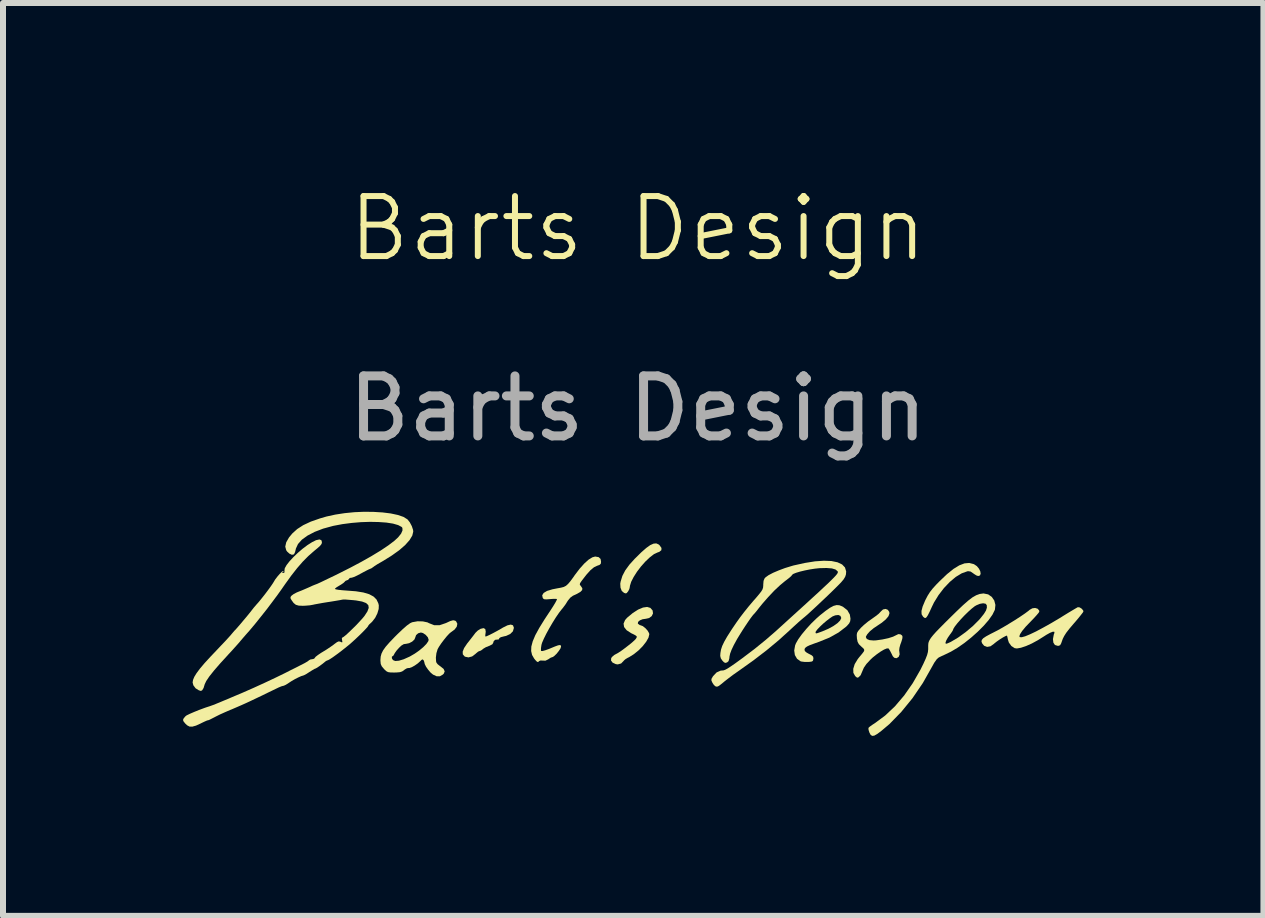
<source format=kicad_pcb>
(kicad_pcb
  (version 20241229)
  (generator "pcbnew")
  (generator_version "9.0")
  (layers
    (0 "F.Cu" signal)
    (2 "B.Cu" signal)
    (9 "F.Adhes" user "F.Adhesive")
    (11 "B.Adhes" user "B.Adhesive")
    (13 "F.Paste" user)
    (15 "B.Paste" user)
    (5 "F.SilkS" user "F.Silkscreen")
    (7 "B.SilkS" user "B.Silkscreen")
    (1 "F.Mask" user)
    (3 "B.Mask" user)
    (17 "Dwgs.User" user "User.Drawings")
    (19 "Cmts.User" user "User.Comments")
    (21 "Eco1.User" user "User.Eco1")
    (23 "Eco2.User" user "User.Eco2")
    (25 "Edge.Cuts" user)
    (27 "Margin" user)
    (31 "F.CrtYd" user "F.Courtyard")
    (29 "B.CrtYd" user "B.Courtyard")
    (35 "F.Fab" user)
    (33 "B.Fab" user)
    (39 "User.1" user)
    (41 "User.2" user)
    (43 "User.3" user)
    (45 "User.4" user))
  (footprint "Barts Design"
    (layer "F.Cu")
    (at 7.58 7.34)
    (property "Reference" "Barts Design" (at 0 -6.58 0) (unlocked yes) (layer "F.SilkS") (effects (font (size 1 1) (thickness 0.1))))
    (attr smd)
    (fp_poly (pts (xy 0.346 -1.317) (xy 0.362 -1.303) (xy 0.394 -1.258) (xy 0.392 -1.221) (xy 0.358 -1.193) (xy 0.329 -1.183) (xy 0.269 -1.155) (xy 0.2 -1.102) (xy 0.126 -1.032) (xy 0.053 -0.95) (xy -0.014 -0.862) (xy -0.07 -0.774) (xy -0.111 -0.694) (xy -0.132 -0.626) (xy -0.134 -0.607) (xy -0.142 -0.573) (xy -0.161 -0.536) (xy -0.184 -0.508) (xy -0.199 -0.5) (xy -0.224 -0.507) (xy -0.232 -0.511) (xy -0.268 -0.542) (xy -0.289 -0.596) (xy -0.293 -0.663) (xy -0.287 -0.697) (xy -0.258 -0.792) (xy -0.21 -0.884) (xy -0.141 -0.979) (xy -0.046 -1.084) (xy -0.044 -1.085) (xy 0.056 -1.184) (xy 0.139 -1.257) (xy 0.206 -1.305) (xy 0.262 -1.33) (xy 0.307 -1.334)) (stroke (width 0) (type solid)) (fill yes) (layer "F.SilkS"))
    (fp_poly (pts (xy 5.594 -0.99) (xy 5.604 -0.986) (xy 5.65 -0.955) (xy 5.685 -0.913) (xy 5.707 -0.869) (xy 5.713 -0.829) (xy 5.702 -0.8) (xy 5.672 -0.79) (xy 5.642 -0.8) (xy 5.601 -0.826) (xy 5.591 -0.834) (xy 5.545 -0.865) (xy 5.503 -0.871) (xy 5.489 -0.868) (xy 5.397 -0.835) (xy 5.298 -0.775) (xy 5.198 -0.691) (xy 5.101 -0.589) (xy 5.012 -0.473) (xy 4.935 -0.348) (xy 4.901 -0.278) (xy 4.862 -0.193) (xy 4.833 -0.136) (xy 4.811 -0.103) (xy 4.793 -0.09) (xy 4.776 -0.094) (xy 4.755 -0.111) (xy 4.752 -0.115) (xy 4.729 -0.153) (xy 4.727 -0.208) (xy 4.746 -0.281) (xy 4.786 -0.377) (xy 4.794 -0.394) (xy 4.83 -0.463) (xy 4.868 -0.523) (xy 4.913 -0.581) (xy 4.973 -0.647) (xy 5.03 -0.705) (xy 5.153 -0.822) (xy 5.261 -0.909) (xy 5.357 -0.968) (xy 5.444 -1.001) (xy 5.522 -1.008)) (stroke (width 0) (type solid)) (fill yes) (layer "F.SilkS"))
    (fp_poly (pts (xy -2.081 0.031) (xy -2.067 0.068) (xy -2.066 0.075) (xy -2.082 0.131) (xy -2.127 0.176) (xy -2.196 0.208) (xy -2.229 0.215) (xy -2.283 0.229) (xy -2.309 0.245) (xy -2.31 0.252) (xy -2.319 0.267) (xy -2.335 0.268) (xy -2.38 0.273) (xy -2.405 0.301) (xy -2.409 0.32) (xy -2.424 0.347) (xy -2.472 0.372) (xy -2.481 0.375) (xy -2.533 0.396) (xy -2.575 0.421) (xy -2.584 0.429) (xy -2.615 0.452) (xy -2.636 0.459) (xy -2.662 0.47) (xy -2.697 0.499) (xy -2.706 0.508) (xy -2.762 0.55) (xy -2.823 0.566) (xy -2.877 0.555) (xy -2.888 0.549) (xy -2.917 0.515) (xy -2.919 0.47) (xy -2.896 0.411) (xy -2.845 0.335) (xy -2.832 0.319) (xy -2.785 0.259) (xy -2.743 0.205) (xy -2.712 0.164) (xy -2.708 0.158) (xy -2.667 0.118) (xy -2.622 0.09) (xy -2.572 0.078) (xy -2.543 0.093) (xy -2.535 0.135) (xy -2.538 0.162) (xy -2.543 0.2) (xy -2.539 0.219) (xy -2.538 0.219) (xy -2.515 0.211) (xy -2.469 0.19) (xy -2.41 0.16) (xy -2.343 0.124) (xy -2.276 0.086) (xy -2.25 0.07) (xy -2.174 0.032) (xy -2.118 0.019)) (stroke (width 0) (type solid)) (fill yes) (layer "F.SilkS"))
    (fp_poly (pts (xy 0.209 -0.259) (xy 0.245 -0.218) (xy 0.246 -0.216) (xy 0.253 -0.167) (xy 0.231 -0.122) (xy 0.188 -0.09) (xy 0.135 -0.078) (xy 0.079 -0.07) (xy 0.033 -0.051) (xy 0.004 -0.026) (xy 0 0) (xy 0.004 0.007) (xy 0.033 0.028) (xy 0.047 0.031) (xy 0.083 0.045) (xy 0.125 0.078) (xy 0.163 0.12) (xy 0.187 0.162) (xy 0.191 0.181) (xy 0.177 0.238) (xy 0.139 0.305) (xy 0.082 0.378) (xy 0.012 0.449) (xy -0.066 0.512) (xy -0.147 0.563) (xy -0.163 0.57) (xy -0.204 0.594) (xy -0.23 0.616) (xy -0.231 0.618) (xy -0.278 0.667) (xy -0.335 0.683) (xy -0.368 0.678) (xy -0.421 0.653) (xy -0.447 0.618) (xy -0.444 0.578) (xy -0.43 0.558) (xy -0.393 0.526) (xy -0.364 0.51) (xy -0.329 0.491) (xy -0.277 0.457) (xy -0.216 0.412) (xy -0.154 0.364) (xy -0.097 0.318) (xy -0.054 0.279) (xy -0.031 0.254) (xy -0.031 0.253) (xy -0.019 0.232) (xy -0.018 0.217) (xy -0.031 0.204) (xy -0.064 0.185) (xy -0.112 0.162) (xy -0.187 0.113) (xy -0.229 0.06) (xy -0.238 0.003) (xy -0.213 -0.056) (xy -0.179 -0.095) (xy -0.084 -0.174) (xy 0.005 -0.231) (xy 0.086 -0.265) (xy 0.155 -0.275)) (stroke (width 0) (type solid)) (fill yes) (layer "F.SilkS"))
    (fp_poly (pts (xy 3.359 -0.303) (xy 3.406 -0.284) (xy 3.421 -0.276) (xy 3.492 -0.22) (xy 3.533 -0.148) (xy 3.544 -0.079) (xy 3.539 -0.037) (xy 3.522 -0.001) (xy 3.486 0.04) (xy 3.469 0.056) (xy 3.345 0.151) (xy 3.193 0.236) (xy 3.026 0.304) (xy 2.931 0.338) (xy 2.864 0.363) (xy 2.82 0.384) (xy 2.794 0.403) (xy 2.781 0.421) (xy 2.778 0.434) (xy 2.783 0.46) (xy 2.812 0.485) (xy 2.851 0.507) (xy 2.899 0.532) (xy 2.921 0.554) (xy 2.926 0.581) (xy 2.925 0.592) (xy 2.919 0.62) (xy 2.903 0.634) (xy 2.867 0.64) (xy 2.834 0.642) (xy 2.776 0.641) (xy 2.727 0.635) (xy 2.712 0.631) (xy 2.653 0.589) (xy 2.617 0.527) (xy 2.606 0.451) (xy 2.621 0.366) (xy 2.635 0.331) (xy 2.674 0.263) (xy 2.733 0.181) (xy 2.764 0.144) (xy 2.962 0.144) (xy 2.963 0.159) (xy 2.97 0.166) (xy 2.991 0.162) (xy 3.031 0.148) (xy 3.077 0.131) (xy 3.173 0.09) (xy 3.258 0.044) (xy 3.326 -0.004) (xy 3.371 -0.049) (xy 3.39 -0.089) (xy 3.39 -0.092) (xy 3.376 -0.126) (xy 3.341 -0.141) (xy 3.29 -0.135) (xy 3.245 -0.117) (xy 3.201 -0.087) (xy 3.146 -0.045) (xy 3.089 0.003) (xy 3.036 0.053) (xy 2.993 0.098) (xy 2.967 0.132) (xy 2.962 0.144) (xy 2.764 0.144) (xy 2.807 0.092) (xy 2.889 0.002) (xy 2.974 -0.081) (xy 3.035 -0.135) (xy 3.128 -0.209) (xy 3.202 -0.261) (xy 3.262 -0.293) (xy 3.313 -0.306)) (stroke (width 0) (type solid)) (fill yes) (layer "F.SilkS"))
    (fp_poly (pts (xy 4.166 -0.227) (xy 4.19 -0.192) (xy 4.193 -0.166) (xy 4.177 -0.121) (xy 4.133 -0.068) (xy 4.066 -0.012) (xy 4 0.032) (xy 3.93 0.079) (xy 3.869 0.129) (xy 3.825 0.178) (xy 3.802 0.217) (xy 3.8 0.228) (xy 3.816 0.259) (xy 3.86 0.278) (xy 3.927 0.284) (xy 3.97 0.282) (xy 4.076 0.267) (xy 4.174 0.246) (xy 4.253 0.221) (xy 4.302 0.197) (xy 4.341 0.178) (xy 4.374 0.181) (xy 4.384 0.186) (xy 4.404 0.201) (xy 4.411 0.222) (xy 4.407 0.256) (xy 4.39 0.311) (xy 4.374 0.354) (xy 4.36 0.406) (xy 4.355 0.45) (xy 4.357 0.462) (xy 4.363 0.516) (xy 4.347 0.557) (xy 4.314 0.578) (xy 4.304 0.579) (xy 4.273 0.572) (xy 4.249 0.547) (xy 4.227 0.502) (xy 4.203 0.455) (xy 4.183 0.423) (xy 4.176 0.416) (xy 4.148 0.417) (xy 4.102 0.436) (xy 4.043 0.471) (xy 3.978 0.517) (xy 3.913 0.569) (xy 3.876 0.604) (xy 3.81 0.675) (xy 3.767 0.737) (xy 3.742 0.795) (xy 3.713 0.863) (xy 3.678 0.898) (xy 3.655 0.904) (xy 3.64 0.893) (xy 3.622 0.877) (xy 3.592 0.824) (xy 3.59 0.756) (xy 3.614 0.678) (xy 3.665 0.594) (xy 3.691 0.561) (xy 3.738 0.505) (xy 3.766 0.468) (xy 3.774 0.444) (xy 3.766 0.424) (xy 3.741 0.4) (xy 3.724 0.385) (xy 3.683 0.345) (xy 3.662 0.305) (xy 3.651 0.249) (xy 3.651 0.242) (xy 3.648 0.193) (xy 3.653 0.158) (xy 3.672 0.125) (xy 3.709 0.083) (xy 3.716 0.074) (xy 3.769 0.024) (xy 3.837 -0.032) (xy 3.905 -0.08) (xy 3.964 -0.122) (xy 4.015 -0.162) (xy 4.046 -0.195) (xy 4.049 -0.199) (xy 4.086 -0.233) (xy 4.129 -0.242)) (stroke (width 0) (type solid)) (fill yes) (layer "F.SilkS"))
    (fp_poly (pts (xy 7.364 -0.267) (xy 7.398 -0.245) (xy 7.422 -0.216) (xy 7.426 -0.201) (xy 7.416 -0.182) (xy 7.386 -0.143) (xy 7.342 -0.088) (xy 7.287 -0.023) (xy 7.264 0.003) (xy 7.192 0.088) (xy 7.14 0.155) (xy 7.105 0.21) (xy 7.081 0.258) (xy 7.073 0.281) (xy 7.054 0.334) (xy 7.038 0.362) (xy 7.016 0.372) (xy 6.996 0.373) (xy 6.951 0.359) (xy 6.925 0.32) (xy 6.918 0.261) (xy 6.932 0.186) (xy 6.943 0.156) (xy 6.94 0.138) (xy 6.915 0.138) (xy 6.869 0.156) (xy 6.808 0.19) (xy 6.774 0.212) (xy 6.669 0.278) (xy 6.566 0.334) (xy 6.469 0.377) (xy 6.385 0.405) (xy 6.318 0.417) (xy 6.28 0.412) (xy 6.225 0.376) (xy 6.183 0.318) (xy 6.167 0.267) (xy 6.159 0.226) (xy 6.152 0.203) (xy 6.151 0.202) (xy 6.125 0.212) (xy 6.082 0.235) (xy 6.031 0.267) (xy 5.981 0.302) (xy 5.943 0.332) (xy 5.933 0.341) (xy 5.877 0.381) (xy 5.821 0.391) (xy 5.771 0.372) (xy 5.738 0.332) (xy 5.727 0.302) (xy 5.732 0.275) (xy 5.756 0.247) (xy 5.804 0.215) (xy 5.878 0.175) (xy 5.918 0.155) (xy 5.996 0.115) (xy 6.087 0.064) (xy 6.184 0.006) (xy 6.282 -0.054) (xy 6.373 -0.113) (xy 6.451 -0.166) (xy 6.509 -0.209) (xy 6.53 -0.227) (xy 6.574 -0.252) (xy 6.621 -0.258) (xy 6.663 -0.245) (xy 6.688 -0.216) (xy 6.691 -0.198) (xy 6.68 -0.178) (xy 6.648 -0.14) (xy 6.602 -0.089) (xy 6.548 -0.033) (xy 6.465 0.053) (xy 6.406 0.124) (xy 6.37 0.179) (xy 6.358 0.215) (xy 6.366 0.228) (xy 6.398 0.23) (xy 6.456 0.214) (xy 6.536 0.181) (xy 6.637 0.133) (xy 6.755 0.07) (xy 6.889 -0.005) (xy 7.034 -0.091) (xy 7.09 -0.126) (xy 7.168 -0.174) (xy 7.238 -0.216) (xy 7.292 -0.248) (xy 7.327 -0.268) (xy 7.334 -0.271)) (stroke (width 0) (type solid)) (fill yes) (layer "F.SilkS"))
    (fp_poly (pts (xy -5.274 -1.387) (xy -5.265 -1.356) (xy -5.267 -1.336) (xy -5.277 -1.316) (xy -5.298 -1.291) (xy -5.337 -1.256) (xy -5.394 -1.209) (xy -5.491 -1.124) (xy -5.584 -1.03) (xy -5.678 -0.922) (xy -5.776 -0.797) (xy -5.884 -0.647) (xy -5.938 -0.569) (xy -6.006 -0.474) (xy -6.09 -0.361) (xy -6.182 -0.239) (xy -6.278 -0.118) (xy -6.369 -0.004) (xy -6.45 0.093) (xy -6.478 0.126) (xy -6.52 0.173) (xy -6.573 0.234) (xy -6.627 0.297) (xy -6.633 0.305) (xy -6.693 0.373) (xy -6.762 0.45) (xy -6.827 0.52) (xy -6.832 0.526) (xy -6.961 0.667) (xy -7.064 0.786) (xy -7.142 0.884) (xy -7.193 0.96) (xy -7.219 1.015) (xy -7.221 1.022) (xy -7.237 1.075) (xy -7.259 1.112) (xy -7.281 1.125) (xy -7.305 1.118) (xy -7.317 1.114) (xy -7.37 1.081) (xy -7.407 1.032) (xy -7.42 0.984) (xy -7.413 0.941) (xy -7.392 0.89) (xy -7.354 0.828) (xy -7.298 0.753) (xy -7.222 0.663) (xy -7.123 0.555) (xy -7.007 0.433) (xy -6.94 0.362) (xy -6.876 0.295) (xy -6.823 0.237) (xy -6.786 0.196) (xy -6.777 0.185) (xy -6.745 0.147) (xy -6.723 0.121) (xy -6.718 0.117) (xy -6.699 0.097) (xy -6.664 0.057) (xy -6.619 0.005) (xy -6.569 -0.055) (xy -6.519 -0.114) (xy -6.476 -0.167) (xy -6.444 -0.207) (xy -6.439 -0.214) (xy -6.398 -0.266) (xy -6.356 -0.315) (xy -6.345 -0.327) (xy -6.31 -0.367) (xy -6.263 -0.425) (xy -6.211 -0.491) (xy -6.16 -0.559) (xy -6.115 -0.621) (xy -6.083 -0.668) (xy -6.072 -0.686) (xy -6.045 -0.731) (xy -6.008 -0.78) (xy -5.969 -0.825) (xy -5.934 -0.86) (xy -5.911 -0.875) (xy -5.91 -0.875) (xy -5.903 -0.868) (xy -5.915 -0.858) (xy -5.931 -0.845) (xy -5.914 -0.841) (xy -5.91 -0.841) (xy -5.889 -0.849) (xy -5.889 -0.877) (xy -5.89 -0.881) (xy -5.884 -0.92) (xy -5.854 -0.973) (xy -5.805 -1.036) (xy -5.741 -1.105) (xy -5.667 -1.176) (xy -5.588 -1.244) (xy -5.507 -1.305) (xy -5.43 -1.354) (xy -5.362 -1.388) (xy -5.36 -1.388) (xy -5.306 -1.4)) (stroke (width 0) (type solid)) (fill yes) (layer "F.SilkS"))
    (fp_poly (pts (xy -0.653 -1.105) (xy -0.621 -1.075) (xy -0.613 -1.027) (xy -0.618 -0.994) (xy -0.639 -0.975) (xy -0.679 -0.961) (xy -0.731 -0.936) (xy -0.791 -0.886) (xy -0.86 -0.809) (xy -0.937 -0.709) (xy -0.962 -0.672) (xy -0.968 -0.65) (xy -0.955 -0.629) (xy -0.946 -0.618) (xy -0.925 -0.586) (xy -0.928 -0.556) (xy -0.957 -0.526) (xy -1.014 -0.493) (xy -1.083 -0.461) (xy -1.124 -0.431) (xy -1.163 -0.384) (xy -1.172 -0.371) (xy -1.207 -0.315) (xy -1.252 -0.255) (xy -1.27 -0.234) (xy -1.314 -0.177) (xy -1.366 -0.101) (xy -1.421 -0.013) (xy -1.476 0.081) (xy -1.526 0.172) (xy -1.567 0.255) (xy -1.596 0.322) (xy -1.606 0.356) (xy -1.614 0.408) (xy -1.615 0.447) (xy -1.611 0.459) (xy -1.589 0.46) (xy -1.545 0.448) (xy -1.486 0.427) (xy -1.459 0.416) (xy -1.382 0.384) (xy -1.33 0.365) (xy -1.299 0.36) (xy -1.284 0.366) (xy -1.28 0.383) (xy -1.28 0.387) (xy -1.29 0.418) (xy -1.318 0.46) (xy -1.353 0.504) (xy -1.39 0.54) (xy -1.418 0.56) (xy -1.424 0.561) (xy -1.452 0.571) (xy -1.489 0.595) (xy -1.489 0.596) (xy -1.54 0.621) (xy -1.584 0.619) (xy -1.625 0.618) (xy -1.646 0.628) (xy -1.662 0.644) (xy -1.681 0.638) (xy -1.709 0.609) (xy -1.729 0.584) (xy -1.763 0.525) (xy -1.778 0.46) (xy -1.775 0.385) (xy -1.752 0.298) (xy -1.709 0.196) (xy -1.643 0.075) (xy -1.556 -0.066) (xy -1.521 -0.119) (xy -1.456 -0.217) (xy -1.409 -0.29) (xy -1.377 -0.343) (xy -1.358 -0.378) (xy -1.349 -0.399) (xy -1.348 -0.406) (xy -1.364 -0.41) (xy -1.404 -0.41) (xy -1.458 -0.406) (xy -1.519 -0.401) (xy -1.555 -0.402) (xy -1.575 -0.412) (xy -1.585 -0.425) (xy -1.594 -0.469) (xy -1.57 -0.508) (xy -1.513 -0.542) (xy -1.423 -0.569) (xy -1.342 -0.585) (xy -1.281 -0.596) (xy -1.235 -0.608) (xy -1.198 -0.627) (xy -1.163 -0.658) (xy -1.124 -0.704) (xy -1.074 -0.772) (xy -1.05 -0.807) (xy -0.97 -0.912) (xy -0.893 -0.998) (xy -0.821 -1.063) (xy -0.758 -1.102) (xy -0.711 -1.115)) (stroke (width 0) (type solid)) (fill yes) (layer "F.SilkS"))
    (fp_poly (pts (xy 5.839 -0.484) (xy 5.899 -0.442) (xy 5.94 -0.382) (xy 5.959 -0.309) (xy 5.951 -0.231) (xy 5.948 -0.223) (xy 5.91 -0.146) (xy 5.847 -0.057) (xy 5.764 0.039) (xy 5.665 0.138) (xy 5.556 0.235) (xy 5.442 0.326) (xy 5.327 0.406) (xy 5.217 0.471) (xy 5.186 0.486) (xy 5.12 0.518) (xy 5.061 0.545) (xy 5.02 0.565) (xy 5.015 0.567) (xy 4.982 0.596) (xy 4.941 0.653) (xy 4.906 0.716) (xy 4.75 0.992) (xy 4.577 1.246) (xy 4.39 1.475) (xy 4.193 1.677) (xy 4.058 1.791) (xy 3.99 1.842) (xy 3.94 1.87) (xy 3.905 1.874) (xy 3.879 1.856) (xy 3.859 1.818) (xy 3.845 1.774) (xy 3.843 1.743) (xy 3.845 1.739) (xy 3.864 1.721) (xy 3.904 1.692) (xy 3.956 1.658) (xy 4.123 1.534) (xy 4.285 1.381) (xy 4.439 1.2) (xy 4.581 0.996) (xy 4.709 0.773) (xy 4.76 0.67) (xy 4.797 0.588) (xy 4.821 0.526) (xy 4.834 0.477) (xy 4.839 0.43) (xy 4.839 0.403) (xy 4.839 0.368) (xy 4.841 0.337) (xy 4.844 0.321) (xy 5.127 0.321) (xy 5.132 0.338) (xy 5.136 0.339) (xy 5.161 0.332) (xy 5.202 0.314) (xy 5.22 0.305) (xy 5.338 0.235) (xy 5.464 0.144) (xy 5.584 0.043) (xy 5.688 -0.061) (xy 5.708 -0.084) (xy 5.767 -0.158) (xy 5.802 -0.215) (xy 5.817 -0.263) (xy 5.815 -0.305) (xy 5.795 -0.329) (xy 5.754 -0.336) (xy 5.701 -0.327) (xy 5.643 -0.303) (xy 5.615 -0.287) (xy 5.563 -0.246) (xy 5.502 -0.191) (xy 5.439 -0.129) (xy 5.378 -0.064) (xy 5.324 -0.002) (xy 5.282 0.052) (xy 5.258 0.091) (xy 5.254 0.105) (xy 5.244 0.126) (xy 5.219 0.163) (xy 5.203 0.184) (xy 5.166 0.237) (xy 5.139 0.285) (xy 5.127 0.321) (xy 4.844 0.321) (xy 4.848 0.307) (xy 4.862 0.276) (xy 4.885 0.24) (xy 4.92 0.196) (xy 4.968 0.142) (xy 5.033 0.075) (xy 5.115 -0.008) (xy 5.218 -0.11) (xy 5.314 -0.204) (xy 5.418 -0.303) (xy 5.504 -0.379) (xy 5.576 -0.434) (xy 5.639 -0.47) (xy 5.697 -0.491) (xy 5.753 -0.499) (xy 5.766 -0.499)) (stroke (width 0) (type solid)) (fill yes) (layer "F.SilkS"))
    (fp_poly (pts (xy -3.044 -0.046) (xy -3.028 -0.034) (xy -3.008 0.006) (xy -3.018 0.054) (xy -3.053 0.101) (xy -3.111 0.144) (xy -3.112 0.144) (xy -3.142 0.169) (xy -3.184 0.214) (xy -3.231 0.272) (xy -3.277 0.333) (xy -3.315 0.39) (xy -3.337 0.429) (xy -3.357 0.496) (xy -3.366 0.57) (xy -3.362 0.635) (xy -3.356 0.654) (xy -3.336 0.68) (xy -3.298 0.71) (xy -3.289 0.716) (xy -3.237 0.758) (xy -3.219 0.799) (xy -3.235 0.838) (xy -3.25 0.852) (xy -3.3 0.881) (xy -3.354 0.88) (xy -3.413 0.853) (xy -3.453 0.82) (xy -3.494 0.772) (xy -3.53 0.721) (xy -3.552 0.676) (xy -3.555 0.66) (xy -3.564 0.627) (xy -3.571 0.613) (xy -3.586 0.599) (xy -3.606 0.608) (xy -3.623 0.626) (xy -3.666 0.665) (xy -3.717 0.701) (xy -3.767 0.729) (xy -3.807 0.743) (xy -3.821 0.743) (xy -3.848 0.747) (xy -3.886 0.769) (xy -3.894 0.776) (xy -3.928 0.8) (xy -3.965 0.812) (xy -4.019 0.817) (xy -4.06 0.818) (xy -4.122 0.817) (xy -4.163 0.811) (xy -4.193 0.795) (xy -4.224 0.766) (xy -4.232 0.757) (xy -4.268 0.714) (xy -4.285 0.675) (xy -4.29 0.622) (xy -4.29 0.606) (xy -4.286 0.556) (xy -4.1 0.556) (xy -4.098 0.584) (xy -4.08 0.611) (xy -4.043 0.626) (xy -3.982 0.621) (xy -3.902 0.597) (xy -3.806 0.554) (xy -3.798 0.55) (xy -3.719 0.504) (xy -3.642 0.45) (xy -3.576 0.395) (xy -3.524 0.342) (xy -3.493 0.297) (xy -3.486 0.273) (xy -3.5 0.231) (xy -3.536 0.19) (xy -3.581 0.16) (xy -3.616 0.151) (xy -3.661 0.164) (xy -3.696 0.195) (xy -3.708 0.23) (xy -3.723 0.267) (xy -3.761 0.303) (xy -3.811 0.329) (xy -3.858 0.339) (xy -3.901 0.345) (xy -3.941 0.369) (xy -3.982 0.408) (xy -4.021 0.452) (xy -4.05 0.493) (xy -4.059 0.51) (xy -4.075 0.538) (xy -4.086 0.544) (xy -4.1 0.556) (xy -4.286 0.556) (xy -4.286 0.553) (xy -4.272 0.502) (xy -4.245 0.448) (xy -4.202 0.388) (xy -4.14 0.317) (xy -4.057 0.23) (xy -4.007 0.18) (xy -3.918 0.095) (xy -3.848 0.034) (xy -3.795 -0.004) (xy -3.761 -0.02) (xy -3.671 -0.036) (xy -3.583 -0.034) (xy -3.507 -0.018) (xy -3.479 -0.004) (xy -3.395 0.029) (xy -3.303 0.029) (xy -3.205 -0.004) (xy -3.195 -0.008) (xy -3.126 -0.04) (xy -3.078 -0.053)) (stroke (width 0) (type solid)) (fill yes) (layer "F.SilkS"))
    (fp_poly (pts (xy 3.227 -1.04) (xy 3.328 -1.019) (xy 3.404 -0.983) (xy 3.452 -0.933) (xy 3.472 -0.867) (xy 3.468 -0.816) (xy 3.455 -0.777) (xy 3.429 -0.734) (xy 3.385 -0.682) (xy 3.333 -0.629) (xy 3.248 -0.545) (xy 3.157 -0.457) (xy 3.065 -0.37) (xy 2.977 -0.287) (xy 2.897 -0.213) (xy 2.831 -0.152) (xy 2.781 -0.109) (xy 2.766 -0.097) (xy 2.728 -0.065) (xy 2.673 -0.017) (xy 2.607 0.043) (xy 2.539 0.106) (xy 2.536 0.109) (xy 2.346 0.281) (xy 2.145 0.448) (xy 1.926 0.616) (xy 1.682 0.79) (xy 1.662 0.804) (xy 1.588 0.856) (xy 1.51 0.915) (xy 1.443 0.967) (xy 1.434 0.975) (xy 1.381 1.018) (xy 1.347 1.043) (xy 1.324 1.053) (xy 1.305 1.052) (xy 1.29 1.046) (xy 1.268 1.026) (xy 1.243 0.989) (xy 1.242 0.986) (xy 1.226 0.951) (xy 1.227 0.924) (xy 1.247 0.889) (xy 1.255 0.877) (xy 1.313 0.816) (xy 1.381 0.786) (xy 1.411 0.784) (xy 1.433 0.781) (xy 1.461 0.77) (xy 1.499 0.749) (xy 1.551 0.715) (xy 1.622 0.666) (xy 1.714 0.599) (xy 1.739 0.581) (xy 1.944 0.426) (xy 2.13 0.275) (xy 2.304 0.124) (xy 2.491 -0.046) (xy 2.655 -0.195) (xy 2.797 -0.324) (xy 2.917 -0.434) (xy 3.019 -0.527) (xy 3.103 -0.606) (xy 3.172 -0.67) (xy 3.225 -0.722) (xy 3.266 -0.763) (xy 3.296 -0.795) (xy 3.316 -0.819) (xy 3.328 -0.837) (xy 3.333 -0.85) (xy 3.333 -0.86) (xy 3.33 -0.868) (xy 3.328 -0.871) (xy 3.294 -0.899) (xy 3.234 -0.917) (xy 3.145 -0.924) (xy 3.027 -0.921) (xy 2.951 -0.913) (xy 2.867 -0.9) (xy 2.782 -0.883) (xy 2.703 -0.864) (xy 2.637 -0.844) (xy 2.59 -0.825) (xy 2.569 -0.808) (xy 2.569 -0.806) (xy 2.556 -0.789) (xy 2.522 -0.759) (xy 2.472 -0.72) (xy 2.453 -0.706) (xy 2.37 -0.637) (xy 2.274 -0.547) (xy 2.174 -0.441) (xy 2.075 -0.328) (xy 2.02 -0.26) (xy 1.982 -0.211) (xy 1.952 -0.175) (xy 1.936 -0.157) (xy 1.935 -0.157) (xy 1.915 -0.134) (xy 1.88 -0.088) (xy 1.837 -0.026) (xy 1.788 0.047) (xy 1.738 0.124) (xy 1.692 0.198) (xy 1.653 0.262) (xy 1.598 0.363) (xy 1.561 0.441) (xy 1.538 0.503) (xy 1.527 0.554) (xy 1.525 0.58) (xy 1.512 0.628) (xy 1.488 0.649) (xy 1.46 0.658) (xy 1.436 0.648) (xy 1.409 0.62) (xy 1.383 0.582) (xy 1.373 0.541) (xy 1.376 0.494) (xy 1.386 0.436) (xy 1.406 0.375) (xy 1.44 0.304) (xy 1.489 0.218) (xy 1.556 0.113) (xy 1.575 0.084) (xy 1.643 -0.016) (xy 1.706 -0.104) (xy 1.771 -0.189) (xy 1.844 -0.28) (xy 1.932 -0.384) (xy 1.966 -0.422) (xy 2.02 -0.486) (xy 2.056 -0.532) (xy 2.077 -0.567) (xy 2.087 -0.598) (xy 2.09 -0.633) (xy 2.09 -0.649) (xy 2.095 -0.709) (xy 2.111 -0.749) (xy 2.128 -0.768) (xy 2.178 -0.804) (xy 2.254 -0.844) (xy 2.348 -0.884) (xy 2.452 -0.923) (xy 2.56 -0.956) (xy 2.594 -0.966) (xy 2.784 -1.008) (xy 2.953 -1.035) (xy 3.101 -1.045)) (stroke (width 0) (type solid)) (fill yes) (layer "F.SilkS"))
    (fp_poly (pts (xy -4.403 -1.859) (xy -4.254 -1.85) (xy -4.118 -1.833) (xy -4.001 -1.808) (xy -3.907 -1.776) (xy -3.842 -1.736) (xy -3.84 -1.735) (xy -3.801 -1.686) (xy -3.767 -1.622) (xy -3.746 -1.559) (xy -3.743 -1.53) (xy -3.759 -1.464) (xy -3.805 -1.388) (xy -3.878 -1.306) (xy -3.977 -1.22) (xy -4.1 -1.132) (xy -4.243 -1.043) (xy -4.281 -1.021) (xy -4.337 -0.989) (xy -4.387 -0.957) (xy -4.407 -0.942) (xy -4.44 -0.919) (xy -4.461 -0.91) (xy -4.481 -0.902) (xy -4.523 -0.881) (xy -4.58 -0.851) (xy -4.615 -0.832) (xy -4.679 -0.798) (xy -4.732 -0.774) (xy -4.769 -0.762) (xy -4.778 -0.762) (xy -4.803 -0.757) (xy -4.81 -0.746) (xy -4.832 -0.724) (xy -4.845 -0.721) (xy -4.874 -0.708) (xy -4.884 -0.696) (xy -4.907 -0.674) (xy -4.948 -0.646) (xy -4.972 -0.632) (xy -5.016 -0.606) (xy -5.043 -0.584) (xy -5.049 -0.576) (xy -5.034 -0.568) (xy -4.989 -0.56) (xy -4.921 -0.553) (xy -4.854 -0.548) (xy -4.699 -0.536) (xy -4.574 -0.516) (xy -4.477 -0.487) (xy -4.406 -0.449) (xy -4.356 -0.4) (xy -4.326 -0.338) (xy -4.317 -0.303) (xy -4.319 -0.241) (xy -4.341 -0.167) (xy -4.378 -0.093) (xy -4.426 -0.031) (xy -4.442 -0.015) (xy -4.476 0.016) (xy -4.494 0.039) (xy -4.495 0.043) (xy -4.507 0.061) (xy -4.539 0.096) (xy -4.585 0.144) (xy -4.641 0.199) (xy -4.701 0.256) (xy -4.759 0.309) (xy -4.81 0.354) (xy -4.814 0.357) (xy -4.882 0.412) (xy -4.953 0.468) (xy -5.023 0.52) (xy -5.084 0.564) (xy -5.133 0.596) (xy -5.162 0.612) (xy -5.166 0.613) (xy -5.191 0.623) (xy -5.202 0.63) (xy -5.252 0.671) (xy -5.302 0.708) (xy -5.343 0.736) (xy -5.367 0.749) (xy -5.368 0.75) (xy -5.389 0.758) (xy -5.428 0.781) (xy -5.473 0.809) (xy -5.522 0.841) (xy -5.561 0.862) (xy -5.58 0.869) (xy -5.61 0.878) (xy -5.659 0.9) (xy -5.718 0.93) (xy -5.776 0.964) (xy -5.819 0.992) (xy -5.864 1.021) (xy -5.9 1.038) (xy -5.911 1.04) (xy -5.94 1.048) (xy -5.986 1.067) (xy -6.015 1.081) (xy -6.075 1.11) (xy -6.158 1.15) (xy -6.256 1.198) (xy -6.361 1.248) (xy -6.466 1.298) (xy -6.531 1.328) (xy -6.6 1.359) (xy -6.685 1.396) (xy -6.771 1.433) (xy -6.794 1.442) (xy -6.877 1.478) (xy -6.964 1.517) (xy -7.038 1.554) (xy -7.055 1.563) (xy -7.108 1.59) (xy -7.146 1.609) (xy -7.163 1.614) (xy -7.164 1.614) (xy -7.178 1.617) (xy -7.215 1.633) (xy -7.268 1.658) (xy -7.283 1.666) (xy -7.364 1.703) (xy -7.425 1.72) (xy -7.471 1.719) (xy -7.511 1.698) (xy -7.541 1.67) (xy -7.571 1.633) (xy -7.58 1.608) (xy -7.57 1.584) (xy -7.568 1.581) (xy -7.54 1.548) (xy -7.521 1.533) (xy -7.468 1.507) (xy -7.394 1.475) (xy -7.31 1.441) (xy -7.229 1.411) (xy -7.198 1.4) (xy -7.136 1.38) (xy -7.083 1.361) (xy -7.052 1.35) (xy -7.025 1.338) (xy -6.973 1.317) (xy -6.902 1.287) (xy -6.817 1.252) (xy -6.762 1.228) (xy -6.584 1.153) (xy -6.398 1.071) (xy -6.212 0.986) (xy -6.038 0.904) (xy -5.884 0.829) (xy -5.872 0.823) (xy -5.79 0.781) (xy -5.703 0.738) (xy -5.627 0.699) (xy -5.604 0.688) (xy -5.547 0.658) (xy -5.503 0.632) (xy -5.48 0.614) (xy -5.479 0.613) (xy -5.455 0.6) (xy -5.426 0.596) (xy -5.395 0.588) (xy -5.384 0.574) (xy -5.37 0.556) (xy -5.333 0.527) (xy -5.28 0.491) (xy -5.255 0.476) (xy -5.185 0.433) (xy -5.118 0.388) (xy -5.065 0.35) (xy -5.057 0.343) (xy -5.013 0.311) (xy -4.984 0.299) (xy -4.958 0.304) (xy -4.953 0.307) (xy -4.929 0.317) (xy -4.924 0.305) (xy -4.929 0.281) (xy -4.933 0.249) (xy -4.926 0.236) (xy -4.905 0.225) (xy -4.865 0.193) (xy -4.814 0.146) (xy -4.755 0.089) (xy -4.693 0.028) (xy -4.636 -0.033) (xy -4.586 -0.088) (xy -4.555 -0.126) (xy -4.507 -0.2) (xy -4.485 -0.259) (xy -4.492 -0.305) (xy -4.529 -0.34) (xy -4.596 -0.365) (xy -4.695 -0.383) (xy -4.743 -0.388) (xy -4.817 -0.394) (xy -4.866 -0.398) (xy -4.898 -0.399) (xy -4.923 -0.397) (xy -4.948 -0.392) (xy -4.957 -0.39) (xy -4.992 -0.384) (xy -5.051 -0.374) (xy -5.125 -0.362) (xy -5.171 -0.355) (xy -5.252 -0.342) (xy -5.329 -0.328) (xy -5.389 -0.317) (xy -5.41 -0.312) (xy -5.466 -0.302) (xy -5.538 -0.296) (xy -5.584 -0.294) (xy -5.653 -0.297) (xy -5.7 -0.311) (xy -5.737 -0.341) (xy -5.773 -0.391) (xy -5.79 -0.423) (xy -5.785 -0.446) (xy -5.771 -0.463) (xy -5.738 -0.488) (xy -5.688 -0.515) (xy -5.662 -0.526) (xy -5.601 -0.55) (xy -5.529 -0.581) (xy -5.476 -0.604) (xy -5.422 -0.629) (xy -5.38 -0.646) (xy -5.361 -0.653) (xy -5.343 -0.66) (xy -5.299 -0.68) (xy -5.234 -0.711) (xy -5.151 -0.751) (xy -5.055 -0.797) (xy -5 -0.824) (xy -4.794 -0.928) (xy -4.604 -1.029) (xy -4.433 -1.126) (xy -4.283 -1.217) (xy -4.158 -1.301) (xy -4.059 -1.376) (xy -3.996 -1.434) (xy -3.946 -1.496) (xy -3.922 -1.55) (xy -3.924 -1.592) (xy -3.936 -1.608) (xy -3.994 -1.639) (xy -4.081 -1.664) (xy -4.191 -1.681) (xy -4.32 -1.69) (xy -4.462 -1.693) (xy -4.614 -1.688) (xy -4.769 -1.675) (xy -4.923 -1.655) (xy -5.071 -1.627) (xy -5.084 -1.624) (xy -5.245 -1.58) (xy -5.386 -1.526) (xy -5.505 -1.464) (xy -5.599 -1.396) (xy -5.664 -1.323) (xy -5.699 -1.247) (xy -5.701 -1.236) (xy -5.713 -1.188) (xy -5.729 -1.155) (xy -5.733 -1.151) (xy -5.765 -1.144) (xy -5.805 -1.162) (xy -5.845 -1.198) (xy -5.86 -1.22) (xy -5.876 -1.28) (xy -5.86 -1.352) (xy -5.813 -1.434) (xy -5.758 -1.5) (xy -5.677 -1.573) (xy -5.576 -1.638) (xy -5.45 -1.697) (xy -5.295 -1.751) (xy -5.188 -1.782) (xy -5.042 -1.814) (xy -4.886 -1.838) (xy -4.724 -1.854) (xy -4.562 -1.861)) (stroke (width 0) (type solid)) (fill yes) (layer "F.SilkS"))
    (fp_text user "${REFERENCE}" (at 0 -3.58 0) (unlocked yes) (layer "F.Fab") (effects (font (size 1 1) (thickness 0.15)))))
  (gr_rect
    (start -3 -3)
    (end 18.006 12.214)
    (stroke (width 0.1) (type default))
    (fill no)
    (layer "Edge.Cuts")))
</source>
